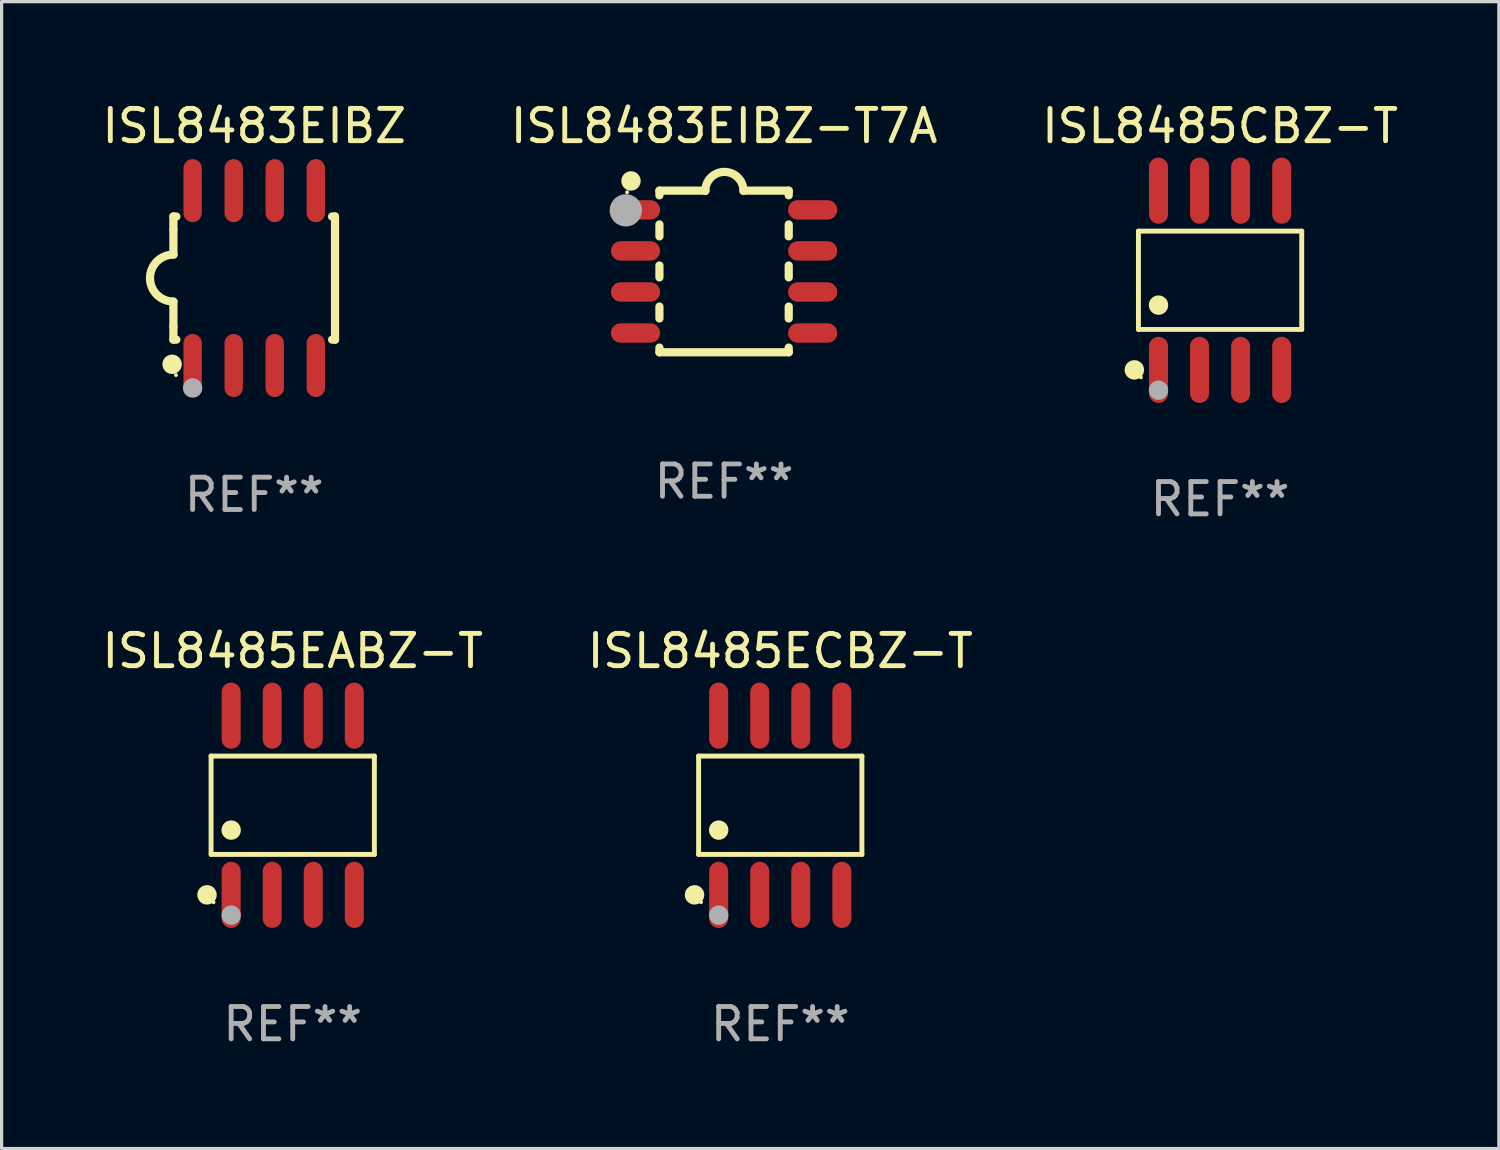
<source format=kicad_pcb>
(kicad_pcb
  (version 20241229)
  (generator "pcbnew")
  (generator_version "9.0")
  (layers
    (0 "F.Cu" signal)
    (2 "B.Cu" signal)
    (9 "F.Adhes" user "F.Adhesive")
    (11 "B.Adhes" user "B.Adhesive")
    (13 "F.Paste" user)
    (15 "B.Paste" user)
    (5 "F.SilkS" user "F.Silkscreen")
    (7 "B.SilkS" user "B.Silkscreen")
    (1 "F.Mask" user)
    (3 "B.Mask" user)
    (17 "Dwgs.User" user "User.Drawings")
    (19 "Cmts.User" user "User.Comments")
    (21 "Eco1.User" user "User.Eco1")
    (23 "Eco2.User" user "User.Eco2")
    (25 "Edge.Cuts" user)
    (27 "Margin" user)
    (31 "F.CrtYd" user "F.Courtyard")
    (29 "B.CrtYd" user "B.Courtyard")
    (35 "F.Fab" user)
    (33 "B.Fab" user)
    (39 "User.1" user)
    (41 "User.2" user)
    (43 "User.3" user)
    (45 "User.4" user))
  (footprint "ISL8485ECBZ-T"
    (layer "F.Cu")
    (at 21.089 21.862)
    (property "Reference" "ISL8485ECBZ-T" (at 0 -4.772 0) (layer "F.SilkS") (effects (font (size 1 1) (thickness 0.15))))
    (attr through_hole)
    (fp_line (start -2.526 -1.521) (end 2.526 -1.521) (stroke (width 0.152) (type solid)) (layer "F.SilkS"))
    (fp_line (start -2.526 1.521) (end -2.526 -1.521) (stroke (width 0.152) (type solid)) (layer "F.SilkS"))
    (fp_line (start 2.526 -1.521) (end 2.526 1.521) (stroke (width 0.152) (type solid)) (layer "F.SilkS"))
    (fp_line (start 2.526 1.521) (end -2.526 1.521) (stroke (width 0.152) (type solid)) (layer "F.SilkS"))
    (fp_circle (center -2.652 2.772) (end -2.501 2.772) (stroke (width 0.3) (type solid)) (fill no) (layer "F.SilkS"))
    (fp_circle (center -2.45 3) (end -2.42 3) (stroke (width 0.06) (type solid)) (fill no) (layer "F.SilkS"))
    (fp_circle (center -1.905 0.769) (end -1.755 0.769) (stroke (width 0.3) (type solid)) (fill no) (layer "F.SilkS"))
    (fp_circle (center -1.905 3.4) (end -1.755 3.4) (stroke (width 0.3) (type solid)) (fill no) (layer "F.Fab"))
    (fp_text user "REF**" (at 0 6.772 0) (layer "F.Fab") (effects (font (size 1 1) (thickness 0.15))))
    (pad "1" smd oval (at -1.905 2.772) (size 0.588 2.045) (layers "F.Cu" "F.Mask" "F.Paste"))
    (pad "2" smd oval (at -0.635 2.772) (size 0.588 2.045) (layers "F.Cu" "F.Mask" "F.Paste"))
    (pad "3" smd oval (at 0.635 2.772) (size 0.588 2.045) (layers "F.Cu" "F.Mask" "F.Paste"))
    (pad "4" smd oval (at 1.905 2.772) (size 0.588 2.045) (layers "F.Cu" "F.Mask" "F.Paste"))
    (pad "5" smd oval (at 1.905 -2.772) (size 0.588 2.045) (layers "F.Cu" "F.Mask" "F.Paste"))
    (pad "6" smd oval (at 0.635 -2.772) (size 0.588 2.045) (layers "F.Cu" "F.Mask" "F.Paste"))
    (pad "7" smd oval (at -0.635 -2.772) (size 0.588 2.045) (layers "F.Cu" "F.Mask" "F.Paste"))
    (pad "8" smd oval (at -1.905 -2.772) (size 0.588 2.045) (layers "F.Cu" "F.Mask" "F.Paste")))
  (footprint "ISL8483EIBZ-T7A"
    (layer "F.Cu")
    (at 19.351 5.348)
    (property "Reference" "ISL8483EIBZ-T7A" (at 0 -4.5 0) (layer "F.SilkS") (effects (font (size 1 1) (thickness 0.15))))
    (attr through_hole)
    (fp_line (start -2 -2.5) (end -2 -2.356) (stroke (width 0.254) (type solid)) (layer "F.SilkS"))
    (fp_line (start -2 -1.454) (end -2 -1.086) (stroke (width 0.254) (type solid)) (layer "F.SilkS"))
    (fp_line (start -2 -0.184) (end -2 0.184) (stroke (width 0.254) (type solid)) (layer "F.SilkS"))
    (fp_line (start -2 1.086) (end -2 1.454) (stroke (width 0.254) (type solid)) (layer "F.SilkS"))
    (fp_line (start -2 2.356) (end -2 2.5) (stroke (width 0.254) (type solid)) (layer "F.SilkS"))
    (fp_line (start -0.58 -2.5) (end -2 -2.5) (stroke (width 0.254) (type solid)) (layer "F.SilkS"))
    (fp_line (start 2 -2.5) (end 0.6 -2.5) (stroke (width 0.254) (type solid)) (layer "F.SilkS"))
    (fp_line (start 2 -2.5) (end 2 -2.356) (stroke (width 0.254) (type solid)) (layer "F.SilkS"))
    (fp_line (start 2 -1.454) (end 2 -1.086) (stroke (width 0.254) (type solid)) (layer "F.SilkS"))
    (fp_line (start 2 -0.184) (end 2 0.184) (stroke (width 0.254) (type solid)) (layer "F.SilkS"))
    (fp_line (start 2 1.086) (end 2 1.454) (stroke (width 0.254) (type solid)) (layer "F.SilkS"))
    (fp_line (start 2 2.356) (end 2 2.5) (stroke (width 0.254) (type solid)) (layer "F.SilkS"))
    (fp_line (start 2 2.5) (end -2 2.5) (stroke (width 0.254) (type solid)) (layer "F.SilkS"))
    (fp_arc (start -0.579908 -2.489992) (mid 0.010097 -3.07831) (end 0.600102 -2.489992) (stroke (width 0.254001) (type solid)) (layer "F.SilkS"))
    (fp_circle (center -3 -2.45) (end -2.97 -2.45) (stroke (width 0.06) (type solid)) (fill no) (layer "F.SilkS"))
    (fp_circle (center -2.88 -2.8) (end -2.73 -2.8) (stroke (width 0.3) (type solid)) (fill no) (layer "F.SilkS"))
    (fp_circle (center -3.04 -1.89) (end -2.79 -1.89) (stroke (width 0.5) (type solid)) (fill no) (layer "F.Fab"))
    (fp_text user "REF**" (at 0 6.5 0) (layer "F.Fab") (effects (font (size 1 1) (thickness 0.15))))
    (pad "1" smd oval (at -2.74 -1.905 90) (size 0.6 1.52) (layers "F.Cu" "F.Mask" "F.Paste"))
    (pad "2" smd oval (at -2.74 -0.635 90) (size 0.6 1.52) (layers "F.Cu" "F.Mask" "F.Paste"))
    (pad "3" smd oval (at -2.74 0.635 90) (size 0.6 1.52) (layers "F.Cu" "F.Mask" "F.Paste"))
    (pad "4" smd oval (at -2.74 1.905 90) (size 0.6 1.52) (layers "F.Cu" "F.Mask" "F.Paste"))
    (pad "5" smd oval (at 2.74 1.905 90) (size 0.6 1.52) (layers "F.Cu" "F.Mask" "F.Paste"))
    (pad "6" smd oval (at 2.74 0.635 90) (size 0.6 1.52) (layers "F.Cu" "F.Mask" "F.Paste"))
    (pad "7" smd oval (at 2.74 -0.635 90) (size 0.6 1.52) (layers "F.Cu" "F.Mask" "F.Paste"))
    (pad "8" smd oval (at 2.74 -1.905 90) (size 0.6 1.52) (layers "F.Cu" "F.Mask" "F.Paste")))
  (footprint "ISL8485EABZ-T"
    (layer "F.Cu")
    (at 6.006 21.862)
    (property "Reference" "ISL8485EABZ-T" (at 0 -4.772 0) (layer "F.SilkS") (effects (font (size 1 1) (thickness 0.15))))
    (attr through_hole)
    (fp_line (start -2.526 -1.521) (end 2.526 -1.521) (stroke (width 0.152) (type solid)) (layer "F.SilkS"))
    (fp_line (start -2.526 1.521) (end -2.526 -1.521) (stroke (width 0.152) (type solid)) (layer "F.SilkS"))
    (fp_line (start 2.526 -1.521) (end 2.526 1.521) (stroke (width 0.152) (type solid)) (layer "F.SilkS"))
    (fp_line (start 2.526 1.521) (end -2.526 1.521) (stroke (width 0.152) (type solid)) (layer "F.SilkS"))
    (fp_circle (center -2.652 2.772) (end -2.501 2.772) (stroke (width 0.3) (type solid)) (fill no) (layer "F.SilkS"))
    (fp_circle (center -2.45 3) (end -2.42 3) (stroke (width 0.06) (type solid)) (fill no) (layer "F.SilkS"))
    (fp_circle (center -1.905 0.769) (end -1.755 0.769) (stroke (width 0.3) (type solid)) (fill no) (layer "F.SilkS"))
    (fp_circle (center -1.905 3.4) (end -1.755 3.4) (stroke (width 0.3) (type solid)) (fill no) (layer "F.Fab"))
    (fp_text user "REF**" (at 0 6.772 0) (layer "F.Fab") (effects (font (size 1 1) (thickness 0.15))))
    (pad "1" smd oval (at -1.905 2.772) (size 0.588 2.045) (layers "F.Cu" "F.Mask" "F.Paste"))
    (pad "2" smd oval (at -0.635 2.772) (size 0.588 2.045) (layers "F.Cu" "F.Mask" "F.Paste"))
    (pad "3" smd oval (at 0.635 2.772) (size 0.588 2.045) (layers "F.Cu" "F.Mask" "F.Paste"))
    (pad "4" smd oval (at 1.905 2.772) (size 0.588 2.045) (layers "F.Cu" "F.Mask" "F.Paste"))
    (pad "5" smd oval (at 1.905 -2.772) (size 0.588 2.045) (layers "F.Cu" "F.Mask" "F.Paste"))
    (pad "6" smd oval (at 0.635 -2.772) (size 0.588 2.045) (layers "F.Cu" "F.Mask" "F.Paste"))
    (pad "7" smd oval (at -0.635 -2.772) (size 0.588 2.045) (layers "F.Cu" "F.Mask" "F.Paste"))
    (pad "8" smd oval (at -1.905 -2.772) (size 0.588 2.045) (layers "F.Cu" "F.Mask" "F.Paste")))
  (footprint "ISL8483EIBZ"
    (layer "F.Cu")
    (at 4.815 5.553)
    (property "Reference" "ISL8483EIBZ" (at 0 -4.705 0) (layer "F.SilkS") (effects (font (size 1 1) (thickness 0.15))))
    (attr through_hole)
    (fp_line (start -2.5 -1.905) (end -2.409 -1.905) (stroke (width 0.254) (type solid)) (layer "F.SilkS"))
    (fp_line (start -2.5 -1.5) (end -2.5 -1.905) (stroke (width 0.254) (type solid)) (layer "F.SilkS"))
    (fp_line (start -2.5 -1.5) (end -2.5 -0.726) (stroke (width 0.254) (type solid)) (layer "F.SilkS"))
    (fp_line (start -2.5 1.5) (end -2.5 0.727) (stroke (width 0.254) (type solid)) (layer "F.SilkS"))
    (fp_line (start -2.5 1.5) (end -2.5 1.905) (stroke (width 0.254) (type solid)) (layer "F.SilkS"))
    (fp_line (start -2.5 1.905) (end -2.409 1.905) (stroke (width 0.254) (type solid)) (layer "F.SilkS"))
    (fp_line (start 2.5 -1.905) (end 2.409 -1.905) (stroke (width 0.254) (type solid)) (layer "F.SilkS"))
    (fp_line (start 2.5 -1.5) (end 2.5 -1.905) (stroke (width 0.254) (type solid)) (layer "F.SilkS"))
    (fp_line (start 2.5 -1.5) (end 2.5 1.5) (stroke (width 0.254) (type solid)) (layer "F.SilkS"))
    (fp_line (start 2.5 1.5) (end 2.5 1.905) (stroke (width 0.254) (type solid)) (layer "F.SilkS"))
    (fp_line (start 2.5 1.905) (end 2.409 1.905) (stroke (width 0.254) (type solid)) (layer "F.SilkS"))
    (fp_arc (start -2.5 0.726568) (mid -3.220316 -0.0023) (end -2.495097 -0.726289) (stroke (width 0.254001) (type solid)) (layer "F.SilkS"))
    (fp_circle (center -2.54 2.667) (end -2.39 2.667) (stroke (width 0.3) (type solid)) (fill no) (layer "F.SilkS"))
    (fp_circle (center -2.42 3) (end -2.39 3) (stroke (width 0.06) (type solid)) (fill no) (layer "F.SilkS"))
    (fp_circle (center -1.905 3.4) (end -1.755 3.4) (stroke (width 0.3) (type solid)) (fill no) (layer "F.Fab"))
    (fp_text user "REF**" (at 0 6.705 0) (layer "F.Fab") (effects (font (size 1 1) (thickness 0.15))))
    (pad "1" smd oval (at -1.905 2.705) (size 0.568 1.95) (layers "F.Cu" "F.Mask" "F.Paste"))
    (pad "2" smd oval (at -0.635 2.705) (size 0.568 1.95) (layers "F.Cu" "F.Mask" "F.Paste"))
    (pad "3" smd oval (at 0.635 2.705) (size 0.568 1.95) (layers "F.Cu" "F.Mask" "F.Paste"))
    (pad "4" smd oval (at 1.905 2.705) (size 0.568 1.95) (layers "F.Cu" "F.Mask" "F.Paste"))
    (pad "5" smd oval (at 1.905 -2.705) (size 0.568 1.95) (layers "F.Cu" "F.Mask" "F.Paste"))
    (pad "6" smd oval (at 0.635 -2.705) (size 0.568 1.95) (layers "F.Cu" "F.Mask" "F.Paste"))
    (pad "7" smd oval (at -0.635 -2.705) (size 0.568 1.95) (layers "F.Cu" "F.Mask" "F.Paste"))
    (pad "8" smd oval (at -1.905 -2.705) (size 0.568 1.95) (layers "F.Cu" "F.Mask" "F.Paste")))
  (footprint "ISL8485CBZ-T"
    (layer "F.Cu")
    (at 34.696 5.621)
    (property "Reference" "ISL8485CBZ-T" (at 0 -4.772 0) (layer "F.SilkS") (effects (font (size 1 1) (thickness 0.15))))
    (attr through_hole)
    (fp_line (start -2.526 -1.521) (end 2.526 -1.521) (stroke (width 0.152) (type solid)) (layer "F.SilkS"))
    (fp_line (start -2.526 1.521) (end -2.526 -1.521) (stroke (width 0.152) (type solid)) (layer "F.SilkS"))
    (fp_line (start 2.526 -1.521) (end 2.526 1.521) (stroke (width 0.152) (type solid)) (layer "F.SilkS"))
    (fp_line (start 2.526 1.521) (end -2.526 1.521) (stroke (width 0.152) (type solid)) (layer "F.SilkS"))
    (fp_circle (center -2.652 2.772) (end -2.501 2.772) (stroke (width 0.3) (type solid)) (fill no) (layer "F.SilkS"))
    (fp_circle (center -2.45 3) (end -2.42 3) (stroke (width 0.06) (type solid)) (fill no) (layer "F.SilkS"))
    (fp_circle (center -1.905 0.769) (end -1.755 0.769) (stroke (width 0.3) (type solid)) (fill no) (layer "F.SilkS"))
    (fp_circle (center -1.905 3.4) (end -1.755 3.4) (stroke (width 0.3) (type solid)) (fill no) (layer "F.Fab"))
    (fp_text user "REF**" (at 0 6.772 0) (layer "F.Fab") (effects (font (size 1 1) (thickness 0.15))))
    (pad "1" smd oval (at -1.905 2.772) (size 0.588 2.045) (layers "F.Cu" "F.Mask" "F.Paste"))
    (pad "2" smd oval (at -0.635 2.772) (size 0.588 2.045) (layers "F.Cu" "F.Mask" "F.Paste"))
    (pad "3" smd oval (at 0.635 2.772) (size 0.588 2.045) (layers "F.Cu" "F.Mask" "F.Paste"))
    (pad "4" smd oval (at 1.905 2.772) (size 0.588 2.045) (layers "F.Cu" "F.Mask" "F.Paste"))
    (pad "5" smd oval (at 1.905 -2.772) (size 0.588 2.045) (layers "F.Cu" "F.Mask" "F.Paste"))
    (pad "6" smd oval (at 0.635 -2.772) (size 0.588 2.045) (layers "F.Cu" "F.Mask" "F.Paste"))
    (pad "7" smd oval (at -0.635 -2.772) (size 0.588 2.045) (layers "F.Cu" "F.Mask" "F.Paste"))
    (pad "8" smd oval (at -1.905 -2.772) (size 0.588 2.045) (layers "F.Cu" "F.Mask" "F.Paste")))
  (gr_rect
    (start -3 -3)
    (end 43.321 32.483)
    (stroke (width 0.1) (type default))
    (fill no)
    (layer "Edge.Cuts")))
</source>
